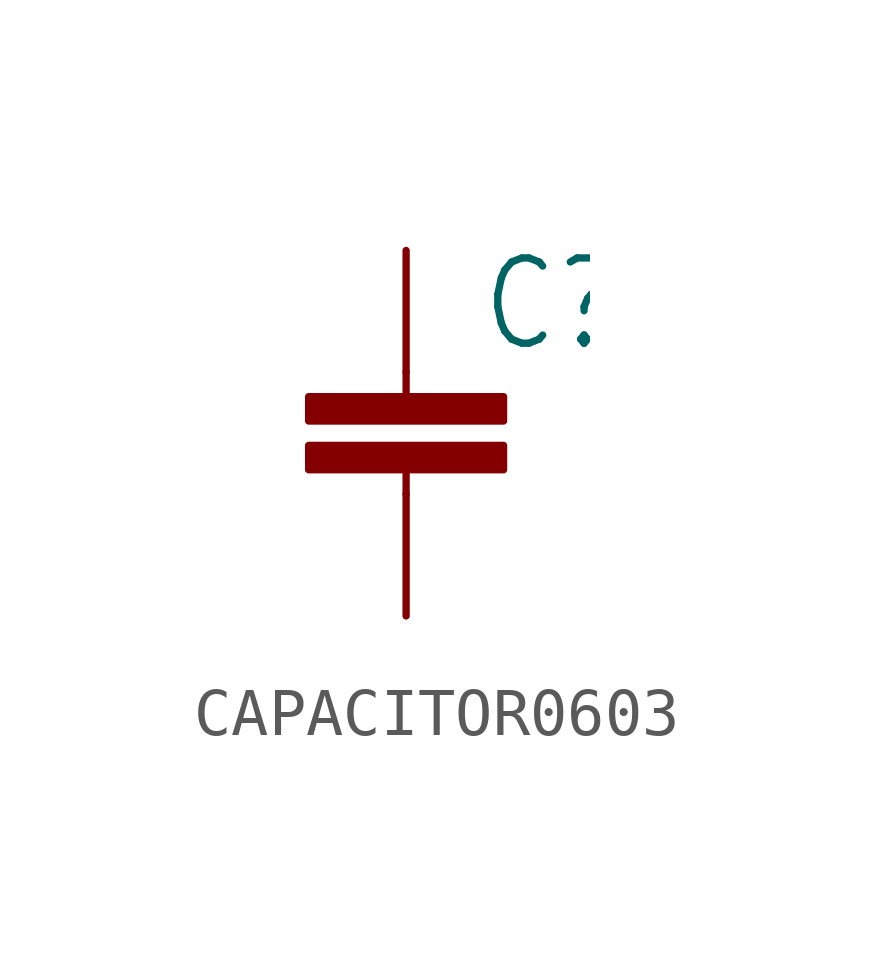
<source format=kicad_sym>
(kicad_symbol_lib
  (version 20241209)
  (generator "kicad_symbol_editor")
  (generator_version "9.0")
  (symbol "CAPACITOR0603"
    (property "Reference" "C"
      (at 1.524 2.921 0)
      (effects (font (size 1.778 1.511)) (justify left bottom)))
    (property "Value" ""
      (at 1.524 -2.159 0)
      (effects (font (size 1.778 1.511)) (justify left bottom)))
    (property "ki_locked" ""
      (at 0 0 0)
      (effects (font (size 1.27 1.27))))
    (symbol "CAPACITOR0603_1_0"
      (rectangle (start -2.032 1.524) (end 2.032 2.032) (stroke (width 0) (type default)) (fill (type outline)))
      (rectangle (start -2.032 0.508) (end 2.032 1.016) (stroke (width 0) (type default)) (fill (type outline)))
      (polyline (pts (xy 0 2.54) (xy 0 2.032)) (stroke (width 0.152) (type solid)) (fill (type none)))
      (polyline (pts (xy 0 0) (xy 0 0.508)) (stroke (width 0.152) (type solid)) (fill (type none)))
      (pin passive line (at 0 5.08 270) (length 2.54) (name "1" (effects (font (size 0 0)))) (number "1" (effects (font (size 0 0)))))
      (pin passive line (at 0 -2.54 90) (length 2.54) (name "2" (effects (font (size 0 0)))) (number "2" (effects (font (size 0 0))))))))
</source>
